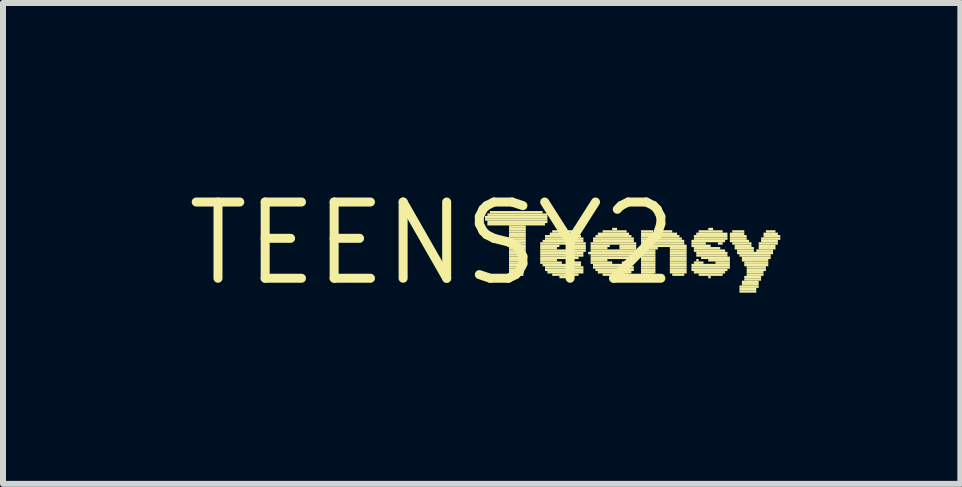
<source format=kicad_pcb>
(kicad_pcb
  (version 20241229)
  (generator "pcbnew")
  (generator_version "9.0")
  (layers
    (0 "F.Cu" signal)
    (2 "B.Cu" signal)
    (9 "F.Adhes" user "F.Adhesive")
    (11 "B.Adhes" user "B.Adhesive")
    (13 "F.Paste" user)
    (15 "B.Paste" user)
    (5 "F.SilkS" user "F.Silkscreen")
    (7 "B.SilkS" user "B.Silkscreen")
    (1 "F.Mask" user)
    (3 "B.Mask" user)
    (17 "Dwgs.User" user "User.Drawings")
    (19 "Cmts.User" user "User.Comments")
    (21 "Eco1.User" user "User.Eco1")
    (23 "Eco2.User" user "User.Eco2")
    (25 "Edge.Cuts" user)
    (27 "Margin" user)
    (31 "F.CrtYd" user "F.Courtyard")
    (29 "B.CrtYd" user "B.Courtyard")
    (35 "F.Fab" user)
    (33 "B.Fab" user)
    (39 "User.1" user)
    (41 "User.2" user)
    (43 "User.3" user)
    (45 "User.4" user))
  (footprint "TEENSY2"
    (layer "F.Cu")
    (at 4.15 1.006)
    (property "Reference" "TEENSY2" (at 0 0 0) (unlocked yes) (layer "F.SilkS") (effects (font (size 1.27 1.27) (thickness 0.15))))
    (fp_poly (pts (xy 0.88 -0.42) (xy 1.92 -0.42) (xy 1.92 -0.46) (xy 0.88 -0.46)) (stroke (width 0) (type default)) (fill yes) (layer "F.SilkS"))
    (fp_poly (pts (xy 0.88 -0.38) (xy 1.92 -0.38) (xy 1.92 -0.42) (xy 0.88 -0.42)) (stroke (width 0) (type default)) (fill yes) (layer "F.SilkS"))
    (fp_poly (pts (xy 0.92 -0.46) (xy 1.92 -0.46) (xy 1.92 -0.5) (xy 0.92 -0.5)) (stroke (width 0) (type default)) (fill yes) (layer "F.SilkS"))
    (fp_poly (pts (xy 0.92 -0.34) (xy 1.92 -0.34) (xy 1.92 -0.38) (xy 0.92 -0.38)) (stroke (width 0) (type default)) (fill yes) (layer "F.SilkS"))
    (fp_poly (pts (xy 0.92 -0.3) (xy 1.88 -0.3) (xy 1.88 -0.34) (xy 0.92 -0.34)) (stroke (width 0) (type default)) (fill yes) (layer "F.SilkS"))
    (fp_poly (pts (xy 0.96 -0.5) (xy 1.84 -0.5) (xy 1.84 -0.54) (xy 0.96 -0.54)) (stroke (width 0) (type default)) (fill yes) (layer "F.SilkS"))
    (fp_poly (pts (xy 1.28 -0.26) (xy 1.56 -0.26) (xy 1.56 -0.3) (xy 1.28 -0.3)) (stroke (width 0) (type default)) (fill yes) (layer "F.SilkS"))
    (fp_poly (pts (xy 1.28 -0.22) (xy 1.56 -0.22) (xy 1.56 -0.26) (xy 1.28 -0.26)) (stroke (width 0) (type default)) (fill yes) (layer "F.SilkS"))
    (fp_poly (pts (xy 1.28 -0.18) (xy 1.56 -0.18) (xy 1.56 -0.22) (xy 1.28 -0.22)) (stroke (width 0) (type default)) (fill yes) (layer "F.SilkS"))
    (fp_poly (pts (xy 1.28 -0.14) (xy 1.56 -0.14) (xy 1.56 -0.18) (xy 1.28 -0.18)) (stroke (width 0) (type default)) (fill yes) (layer "F.SilkS"))
    (fp_poly (pts (xy 1.28 -0.1) (xy 1.56 -0.1) (xy 1.56 -0.14) (xy 1.28 -0.14)) (stroke (width 0) (type default)) (fill yes) (layer "F.SilkS"))
    (fp_poly (pts (xy 1.28 -0.06) (xy 1.56 -0.06) (xy 1.56 -0.1) (xy 1.28 -0.1)) (stroke (width 0) (type default)) (fill yes) (layer "F.SilkS"))
    (fp_poly (pts (xy 1.28 -0.02) (xy 1.56 -0.02) (xy 1.56 -0.06) (xy 1.28 -0.06)) (stroke (width 0) (type default)) (fill yes) (layer "F.SilkS"))
    (fp_poly (pts (xy 1.28 0.02) (xy 1.56 0.02) (xy 1.56 -0.02) (xy 1.28 -0.02)) (stroke (width 0) (type default)) (fill yes) (layer "F.SilkS"))
    (fp_poly (pts (xy 1.28 0.06) (xy 1.56 0.06) (xy 1.56 0.02) (xy 1.28 0.02)) (stroke (width 0) (type default)) (fill yes) (layer "F.SilkS"))
    (fp_poly (pts (xy 1.28 0.1) (xy 1.56 0.1) (xy 1.56 0.06) (xy 1.28 0.06)) (stroke (width 0) (type default)) (fill yes) (layer "F.SilkS"))
    (fp_poly (pts (xy 1.28 0.14) (xy 1.56 0.14) (xy 1.56 0.1) (xy 1.28 0.1)) (stroke (width 0) (type default)) (fill yes) (layer "F.SilkS"))
    (fp_poly (pts (xy 1.28 0.18) (xy 1.56 0.18) (xy 1.56 0.14) (xy 1.28 0.14)) (stroke (width 0) (type default)) (fill yes) (layer "F.SilkS"))
    (fp_poly (pts (xy 1.28 0.22) (xy 1.56 0.22) (xy 1.56 0.18) (xy 1.28 0.18)) (stroke (width 0) (type default)) (fill yes) (layer "F.SilkS"))
    (fp_poly (pts (xy 1.28 0.26) (xy 1.56 0.26) (xy 1.56 0.22) (xy 1.28 0.22)) (stroke (width 0) (type default)) (fill yes) (layer "F.SilkS"))
    (fp_poly (pts (xy 1.28 0.3) (xy 1.56 0.3) (xy 1.56 0.26) (xy 1.28 0.26)) (stroke (width 0) (type default)) (fill yes) (layer "F.SilkS"))
    (fp_poly (pts (xy 1.28 0.34) (xy 1.56 0.34) (xy 1.56 0.3) (xy 1.28 0.3)) (stroke (width 0) (type default)) (fill yes) (layer "F.SilkS"))
    (fp_poly (pts (xy 1.28 0.38) (xy 1.56 0.38) (xy 1.56 0.34) (xy 1.28 0.34)) (stroke (width 0) (type default)) (fill yes) (layer "F.SilkS"))
    (fp_poly (pts (xy 1.28 0.42) (xy 1.56 0.42) (xy 1.56 0.38) (xy 1.28 0.38)) (stroke (width 0) (type default)) (fill yes) (layer "F.SilkS"))
    (fp_poly (pts (xy 1.28 0.46) (xy 1.52 0.46) (xy 1.52 0.42) (xy 1.28 0.42)) (stroke (width 0) (type default)) (fill yes) (layer "F.SilkS"))
    (fp_poly (pts (xy 1.28 0.5) (xy 1.52 0.5) (xy 1.52 0.46) (xy 1.28 0.46)) (stroke (width 0) (type default)) (fill yes) (layer "F.SilkS"))
    (fp_poly (pts (xy 1.32 0.54) (xy 1.52 0.54) (xy 1.52 0.5) (xy 1.32 0.5)) (stroke (width 0) (type default)) (fill yes) (layer "F.SilkS"))
    (fp_poly (pts (xy 1.8 0.02) (xy 2.56 0.02) (xy 2.56 -0.02) (xy 1.8 -0.02)) (stroke (width 0) (type default)) (fill yes) (layer "F.SilkS"))
    (fp_poly (pts (xy 1.8 0.06) (xy 2.12 0.06) (xy 2.12 0.02) (xy 1.8 0.02)) (stroke (width 0) (type default)) (fill yes) (layer "F.SilkS"))
    (fp_poly (pts (xy 1.8 0.1) (xy 2.08 0.1) (xy 2.08 0.06) (xy 1.8 0.06)) (stroke (width 0) (type default)) (fill yes) (layer "F.SilkS"))
    (fp_poly (pts (xy 1.8 0.14) (xy 2.56 0.14) (xy 2.56 0.1) (xy 1.8 0.1)) (stroke (width 0) (type default)) (fill yes) (layer "F.SilkS"))
    (fp_poly (pts (xy 1.8 0.18) (xy 2.52 0.18) (xy 2.52 0.14) (xy 1.8 0.14)) (stroke (width 0) (type default)) (fill yes) (layer "F.SilkS"))
    (fp_poly (pts (xy 1.8 0.22) (xy 2.52 0.22) (xy 2.52 0.18) (xy 1.8 0.18)) (stroke (width 0) (type default)) (fill yes) (layer "F.SilkS"))
    (fp_poly (pts (xy 1.8 0.26) (xy 2.44 0.26) (xy 2.44 0.22) (xy 1.8 0.22)) (stroke (width 0) (type default)) (fill yes) (layer "F.SilkS"))
    (fp_poly (pts (xy 1.8 0.3) (xy 2.08 0.3) (xy 2.08 0.26) (xy 1.8 0.26)) (stroke (width 0) (type default)) (fill yes) (layer "F.SilkS"))
    (fp_poly (pts (xy 1.8 0.34) (xy 2.16 0.34) (xy 2.16 0.3) (xy 1.8 0.3)) (stroke (width 0) (type default)) (fill yes) (layer "F.SilkS"))
    (fp_poly (pts (xy 1.84 -0.02) (xy 2.52 -0.02) (xy 2.52 -0.06) (xy 1.84 -0.06)) (stroke (width 0) (type default)) (fill yes) (layer "F.SilkS"))
    (fp_poly (pts (xy 1.84 0.38) (xy 2.48 0.38) (xy 2.48 0.34) (xy 1.84 0.34)) (stroke (width 0) (type default)) (fill yes) (layer "F.SilkS"))
    (fp_poly (pts (xy 1.88 -0.1) (xy 2.48 -0.1) (xy 2.48 -0.14) (xy 1.88 -0.14)) (stroke (width 0) (type default)) (fill yes) (layer "F.SilkS"))
    (fp_poly (pts (xy 1.88 -0.06) (xy 2.52 -0.06) (xy 2.52 -0.1) (xy 1.88 -0.1)) (stroke (width 0) (type default)) (fill yes) (layer "F.SilkS"))
    (fp_poly (pts (xy 1.88 0.42) (xy 2.52 0.42) (xy 2.52 0.38) (xy 1.88 0.38)) (stroke (width 0) (type default)) (fill yes) (layer "F.SilkS"))
    (fp_poly (pts (xy 1.88 0.46) (xy 2.52 0.46) (xy 2.52 0.42) (xy 1.88 0.42)) (stroke (width 0) (type default)) (fill yes) (layer "F.SilkS"))
    (fp_poly (pts (xy 1.92 0.5) (xy 2.52 0.5) (xy 2.52 0.46) (xy 1.92 0.46)) (stroke (width 0) (type default)) (fill yes) (layer "F.SilkS"))
    (fp_poly (pts (xy 1.96 -0.14) (xy 2.44 -0.14) (xy 2.44 -0.18) (xy 1.96 -0.18)) (stroke (width 0) (type default)) (fill yes) (layer "F.SilkS"))
    (fp_poly (pts (xy 2 -0.18) (xy 2.4 -0.18) (xy 2.4 -0.22) (xy 2 -0.22)) (stroke (width 0) (type default)) (fill yes) (layer "F.SilkS"))
    (fp_poly (pts (xy 2 0.54) (xy 2.44 0.54) (xy 2.44 0.5) (xy 2 0.5)) (stroke (width 0) (type default)) (fill yes) (layer "F.SilkS"))
    (fp_poly (pts (xy 2.12 0.58) (xy 2.32 0.58) (xy 2.32 0.54) (xy 2.12 0.54)) (stroke (width 0) (type default)) (fill yes) (layer "F.SilkS"))
    (fp_poly (pts (xy 2.16 -0.22) (xy 2.24 -0.22) (xy 2.24 -0.26) (xy 2.16 -0.26)) (stroke (width 0) (type default)) (fill yes) (layer "F.SilkS"))
    (fp_poly (pts (xy 2.28 0.06) (xy 2.56 0.06) (xy 2.56 0.02) (xy 2.28 0.02)) (stroke (width 0) (type default)) (fill yes) (layer "F.SilkS"))
    (fp_poly (pts (xy 2.28 0.1) (xy 2.56 0.1) (xy 2.56 0.06) (xy 2.28 0.06)) (stroke (width 0) (type default)) (fill yes) (layer "F.SilkS"))
    (fp_poly (pts (xy 2.32 0.34) (xy 2.48 0.34) (xy 2.48 0.3) (xy 2.32 0.3)) (stroke (width 0) (type default)) (fill yes) (layer "F.SilkS"))
    (fp_poly (pts (xy 2.6 0.18) (xy 3.36 0.18) (xy 3.36 0.14) (xy 2.6 0.14)) (stroke (width 0) (type default)) (fill yes) (layer "F.SilkS"))
    (fp_poly (pts (xy 2.64 0.02) (xy 3.4 0.02) (xy 3.4 -0.02) (xy 2.64 -0.02)) (stroke (width 0) (type default)) (fill yes) (layer "F.SilkS"))
    (fp_poly (pts (xy 2.64 0.06) (xy 2.96 0.06) (xy 2.96 0.02) (xy 2.64 0.02)) (stroke (width 0) (type default)) (fill yes) (layer "F.SilkS"))
    (fp_poly (pts (xy 2.64 0.1) (xy 2.92 0.1) (xy 2.92 0.06) (xy 2.64 0.06)) (stroke (width 0) (type default)) (fill yes) (layer "F.SilkS"))
    (fp_poly (pts (xy 2.64 0.14) (xy 3.4 0.14) (xy 3.4 0.1) (xy 2.64 0.1)) (stroke (width 0) (type default)) (fill yes) (layer "F.SilkS"))
    (fp_poly (pts (xy 2.64 0.22) (xy 3.36 0.22) (xy 3.36 0.18) (xy 2.64 0.18)) (stroke (width 0) (type default)) (fill yes) (layer "F.SilkS"))
    (fp_poly (pts (xy 2.64 0.26) (xy 3.28 0.26) (xy 3.28 0.22) (xy 2.64 0.22)) (stroke (width 0) (type default)) (fill yes) (layer "F.SilkS"))
    (fp_poly (pts (xy 2.64 0.3) (xy 2.92 0.3) (xy 2.92 0.26) (xy 2.64 0.26)) (stroke (width 0) (type default)) (fill yes) (layer "F.SilkS"))
    (fp_poly (pts (xy 2.64 0.34) (xy 3 0.34) (xy 3 0.3) (xy 2.64 0.3)) (stroke (width 0) (type default)) (fill yes) (layer "F.SilkS"))
    (fp_poly (pts (xy 2.68 -0.06) (xy 3.36 -0.06) (xy 3.36 -0.1) (xy 2.68 -0.1)) (stroke (width 0) (type default)) (fill yes) (layer "F.SilkS"))
    (fp_poly (pts (xy 2.68 -0.02) (xy 3.36 -0.02) (xy 3.36 -0.06) (xy 2.68 -0.06)) (stroke (width 0) (type default)) (fill yes) (layer "F.SilkS"))
    (fp_poly (pts (xy 2.68 0.38) (xy 3.32 0.38) (xy 3.32 0.34) (xy 2.68 0.34)) (stroke (width 0) (type default)) (fill yes) (layer "F.SilkS"))
    (fp_poly (pts (xy 2.68 0.42) (xy 3.36 0.42) (xy 3.36 0.38) (xy 2.68 0.38)) (stroke (width 0) (type default)) (fill yes) (layer "F.SilkS"))
    (fp_poly (pts (xy 2.72 -0.1) (xy 3.32 -0.1) (xy 3.32 -0.14) (xy 2.72 -0.14)) (stroke (width 0) (type default)) (fill yes) (layer "F.SilkS"))
    (fp_poly (pts (xy 2.72 0.46) (xy 3.36 0.46) (xy 3.36 0.42) (xy 2.72 0.42)) (stroke (width 0) (type default)) (fill yes) (layer "F.SilkS"))
    (fp_poly (pts (xy 2.76 -0.14) (xy 3.28 -0.14) (xy 3.28 -0.18) (xy 2.76 -0.18)) (stroke (width 0) (type default)) (fill yes) (layer "F.SilkS"))
    (fp_poly (pts (xy 2.76 0.5) (xy 3.32 0.5) (xy 3.32 0.46) (xy 2.76 0.46)) (stroke (width 0) (type default)) (fill yes) (layer "F.SilkS"))
    (fp_poly (pts (xy 2.84 -0.18) (xy 3.24 -0.18) (xy 3.24 -0.22) (xy 2.84 -0.22)) (stroke (width 0) (type default)) (fill yes) (layer "F.SilkS"))
    (fp_poly (pts (xy 2.84 0.54) (xy 3.28 0.54) (xy 3.28 0.5) (xy 2.84 0.5)) (stroke (width 0) (type default)) (fill yes) (layer "F.SilkS"))
    (fp_poly (pts (xy 2.96 0.58) (xy 3.16 0.58) (xy 3.16 0.54) (xy 2.96 0.54)) (stroke (width 0) (type default)) (fill yes) (layer "F.SilkS"))
    (fp_poly (pts (xy 3 -0.22) (xy 3.08 -0.22) (xy 3.08 -0.26) (xy 3 -0.26)) (stroke (width 0) (type default)) (fill yes) (layer "F.SilkS"))
    (fp_poly (pts (xy 3.12 0.06) (xy 3.4 0.06) (xy 3.4 0.02) (xy 3.12 0.02)) (stroke (width 0) (type default)) (fill yes) (layer "F.SilkS"))
    (fp_poly (pts (xy 3.12 0.1) (xy 3.4 0.1) (xy 3.4 0.06) (xy 3.12 0.06)) (stroke (width 0) (type default)) (fill yes) (layer "F.SilkS"))
    (fp_poly (pts (xy 3.16 0.34) (xy 3.32 0.34) (xy 3.32 0.3) (xy 3.16 0.3)) (stroke (width 0) (type default)) (fill yes) (layer "F.SilkS"))
    (fp_poly (pts (xy 3.48 -0.18) (xy 3.68 -0.18) (xy 3.68 -0.22) (xy 3.48 -0.22)) (stroke (width 0) (type default)) (fill yes) (layer "F.SilkS"))
    (fp_poly (pts (xy 3.48 -0.14) (xy 4.08 -0.14) (xy 4.08 -0.18) (xy 3.48 -0.18)) (stroke (width 0) (type default)) (fill yes) (layer "F.SilkS"))
    (fp_poly (pts (xy 3.48 -0.1) (xy 4.12 -0.1) (xy 4.12 -0.14) (xy 3.48 -0.14)) (stroke (width 0) (type default)) (fill yes) (layer "F.SilkS"))
    (fp_poly (pts (xy 3.48 -0.06) (xy 4.16 -0.06) (xy 4.16 -0.1) (xy 3.48 -0.1)) (stroke (width 0) (type default)) (fill yes) (layer "F.SilkS"))
    (fp_poly (pts (xy 3.48 -0.02) (xy 4.2 -0.02) (xy 4.2 -0.06) (xy 3.48 -0.06)) (stroke (width 0) (type default)) (fill yes) (layer "F.SilkS"))
    (fp_poly (pts (xy 3.48 0.02) (xy 4.2 0.02) (xy 4.2 -0.02) (xy 3.48 -0.02)) (stroke (width 0) (type default)) (fill yes) (layer "F.SilkS"))
    (fp_poly (pts (xy 3.48 0.06) (xy 4.24 0.06) (xy 4.24 0.02) (xy 3.48 0.02)) (stroke (width 0) (type default)) (fill yes) (layer "F.SilkS"))
    (fp_poly (pts (xy 3.48 0.1) (xy 3.76 0.1) (xy 3.76 0.06) (xy 3.48 0.06)) (stroke (width 0) (type default)) (fill yes) (layer "F.SilkS"))
    (fp_poly (pts (xy 3.48 0.14) (xy 3.72 0.14) (xy 3.72 0.1) (xy 3.48 0.1)) (stroke (width 0) (type default)) (fill yes) (layer "F.SilkS"))
    (fp_poly (pts (xy 3.48 0.18) (xy 3.72 0.18) (xy 3.72 0.14) (xy 3.48 0.14)) (stroke (width 0) (type default)) (fill yes) (layer "F.SilkS"))
    (fp_poly (pts (xy 3.48 0.22) (xy 3.72 0.22) (xy 3.72 0.18) (xy 3.48 0.18)) (stroke (width 0) (type default)) (fill yes) (layer "F.SilkS"))
    (fp_poly (pts (xy 3.48 0.26) (xy 3.72 0.26) (xy 3.72 0.22) (xy 3.48 0.22)) (stroke (width 0) (type default)) (fill yes) (layer "F.SilkS"))
    (fp_poly (pts (xy 3.48 0.3) (xy 3.72 0.3) (xy 3.72 0.26) (xy 3.48 0.26)) (stroke (width 0) (type default)) (fill yes) (layer "F.SilkS"))
    (fp_poly (pts (xy 3.48 0.34) (xy 3.72 0.34) (xy 3.72 0.3) (xy 3.48 0.3)) (stroke (width 0) (type default)) (fill yes) (layer "F.SilkS"))
    (fp_poly (pts (xy 3.48 0.38) (xy 3.72 0.38) (xy 3.72 0.34) (xy 3.48 0.34)) (stroke (width 0) (type default)) (fill yes) (layer "F.SilkS"))
    (fp_poly (pts (xy 3.48 0.42) (xy 3.72 0.42) (xy 3.72 0.38) (xy 3.48 0.38)) (stroke (width 0) (type default)) (fill yes) (layer "F.SilkS"))
    (fp_poly (pts (xy 3.48 0.46) (xy 3.72 0.46) (xy 3.72 0.42) (xy 3.48 0.42)) (stroke (width 0) (type default)) (fill yes) (layer "F.SilkS"))
    (fp_poly (pts (xy 3.48 0.5) (xy 3.72 0.5) (xy 3.72 0.46) (xy 3.48 0.46)) (stroke (width 0) (type default)) (fill yes) (layer "F.SilkS"))
    (fp_poly (pts (xy 3.48 0.54) (xy 3.68 0.54) (xy 3.68 0.5) (xy 3.48 0.5)) (stroke (width 0) (type default)) (fill yes) (layer "F.SilkS"))
    (fp_poly (pts (xy 3.8 -0.18) (xy 4 -0.18) (xy 4 -0.22) (xy 3.8 -0.22)) (stroke (width 0) (type default)) (fill yes) (layer "F.SilkS"))
    (fp_poly (pts (xy 3.96 0.1) (xy 4.24 0.1) (xy 4.24 0.06) (xy 3.96 0.06)) (stroke (width 0) (type default)) (fill yes) (layer "F.SilkS"))
    (fp_poly (pts (xy 3.96 0.14) (xy 4.24 0.14) (xy 4.24 0.1) (xy 3.96 0.1)) (stroke (width 0) (type default)) (fill yes) (layer "F.SilkS"))
    (fp_poly (pts (xy 3.96 0.18) (xy 4.24 0.18) (xy 4.24 0.14) (xy 3.96 0.14)) (stroke (width 0) (type default)) (fill yes) (layer "F.SilkS"))
    (fp_poly (pts (xy 3.96 0.22) (xy 4.24 0.22) (xy 4.24 0.18) (xy 3.96 0.18)) (stroke (width 0) (type default)) (fill yes) (layer "F.SilkS"))
    (fp_poly (pts (xy 3.96 0.26) (xy 4.24 0.26) (xy 4.24 0.22) (xy 3.96 0.22)) (stroke (width 0) (type default)) (fill yes) (layer "F.SilkS"))
    (fp_poly (pts (xy 3.96 0.3) (xy 4.24 0.3) (xy 4.24 0.26) (xy 3.96 0.26)) (stroke (width 0) (type default)) (fill yes) (layer "F.SilkS"))
    (fp_poly (pts (xy 3.96 0.34) (xy 4.24 0.34) (xy 4.24 0.3) (xy 3.96 0.3)) (stroke (width 0) (type default)) (fill yes) (layer "F.SilkS"))
    (fp_poly (pts (xy 3.96 0.38) (xy 4.24 0.38) (xy 4.24 0.34) (xy 3.96 0.34)) (stroke (width 0) (type default)) (fill yes) (layer "F.SilkS"))
    (fp_poly (pts (xy 3.96 0.42) (xy 4.24 0.42) (xy 4.24 0.38) (xy 3.96 0.38)) (stroke (width 0) (type default)) (fill yes) (layer "F.SilkS"))
    (fp_poly (pts (xy 3.96 0.46) (xy 4.24 0.46) (xy 4.24 0.42) (xy 3.96 0.42)) (stroke (width 0) (type default)) (fill yes) (layer "F.SilkS"))
    (fp_poly (pts (xy 3.96 0.5) (xy 4.24 0.5) (xy 4.24 0.46) (xy 3.96 0.46)) (stroke (width 0) (type default)) (fill yes) (layer "F.SilkS"))
    (fp_poly (pts (xy 4 0.54) (xy 4.2 0.54) (xy 4.2 0.5) (xy 4 0.5)) (stroke (width 0) (type default)) (fill yes) (layer "F.SilkS"))
    (fp_poly (pts (xy 4.32 -0.02) (xy 4.88 -0.02) (xy 4.88 -0.06) (xy 4.32 -0.06)) (stroke (width 0) (type default)) (fill yes) (layer "F.SilkS"))
    (fp_poly (pts (xy 4.32 0.02) (xy 4.56 0.02) (xy 4.56 -0.02) (xy 4.32 -0.02)) (stroke (width 0) (type default)) (fill yes) (layer "F.SilkS"))
    (fp_poly (pts (xy 4.32 0.06) (xy 4.64 0.06) (xy 4.64 0.02) (xy 4.32 0.02)) (stroke (width 0) (type default)) (fill yes) (layer "F.SilkS"))
    (fp_poly (pts (xy 4.32 0.38) (xy 4.96 0.38) (xy 4.96 0.34) (xy 4.32 0.34)) (stroke (width 0) (type default)) (fill yes) (layer "F.SilkS"))
    (fp_poly (pts (xy 4.32 0.42) (xy 4.96 0.42) (xy 4.96 0.38) (xy 4.32 0.38)) (stroke (width 0) (type default)) (fill yes) (layer "F.SilkS"))
    (fp_poly (pts (xy 4.32 0.46) (xy 4.92 0.46) (xy 4.92 0.42) (xy 4.32 0.42)) (stroke (width 0) (type default)) (fill yes) (layer "F.SilkS"))
    (fp_poly (pts (xy 4.36 -0.1) (xy 4.92 -0.1) (xy 4.92 -0.14) (xy 4.36 -0.14)) (stroke (width 0) (type default)) (fill yes) (layer "F.SilkS"))
    (fp_poly (pts (xy 4.36 -0.06) (xy 4.92 -0.06) (xy 4.92 -0.1) (xy 4.36 -0.1)) (stroke (width 0) (type default)) (fill yes) (layer "F.SilkS"))
    (fp_poly (pts (xy 4.36 0.1) (xy 4.8 0.1) (xy 4.8 0.06) (xy 4.36 0.06)) (stroke (width 0) (type default)) (fill yes) (layer "F.SilkS"))
    (fp_poly (pts (xy 4.36 0.14) (xy 4.88 0.14) (xy 4.88 0.1) (xy 4.36 0.1)) (stroke (width 0) (type default)) (fill yes) (layer "F.SilkS"))
    (fp_poly (pts (xy 4.36 0.34) (xy 4.52 0.34) (xy 4.52 0.3) (xy 4.36 0.3)) (stroke (width 0) (type default)) (fill yes) (layer "F.SilkS"))
    (fp_poly (pts (xy 4.36 0.5) (xy 4.88 0.5) (xy 4.88 0.46) (xy 4.36 0.46)) (stroke (width 0) (type default)) (fill yes) (layer "F.SilkS"))
    (fp_poly (pts (xy 4.4 -0.14) (xy 4.92 -0.14) (xy 4.92 -0.18) (xy 4.4 -0.18)) (stroke (width 0) (type default)) (fill yes) (layer "F.SilkS"))
    (fp_poly (pts (xy 4.4 0.18) (xy 4.92 0.18) (xy 4.92 0.14) (xy 4.4 0.14)) (stroke (width 0) (type default)) (fill yes) (layer "F.SilkS"))
    (fp_poly (pts (xy 4.4 0.22) (xy 4.92 0.22) (xy 4.92 0.18) (xy 4.4 0.18)) (stroke (width 0) (type default)) (fill yes) (layer "F.SilkS"))
    (fp_poly (pts (xy 4.4 0.3) (xy 4.44 0.3) (xy 4.44 0.26) (xy 4.4 0.26)) (stroke (width 0) (type default)) (fill yes) (layer "F.SilkS"))
    (fp_poly (pts (xy 4.44 -0.18) (xy 4.84 -0.18) (xy 4.84 -0.22) (xy 4.44 -0.22)) (stroke (width 0) (type default)) (fill yes) (layer "F.SilkS"))
    (fp_poly (pts (xy 4.44 0.54) (xy 4.84 0.54) (xy 4.84 0.5) (xy 4.44 0.5)) (stroke (width 0) (type default)) (fill yes) (layer "F.SilkS"))
    (fp_poly (pts (xy 4.48 0.26) (xy 4.96 0.26) (xy 4.96 0.22) (xy 4.48 0.22)) (stroke (width 0) (type default)) (fill yes) (layer "F.SilkS"))
    (fp_poly (pts (xy 4.6 -0.22) (xy 4.68 -0.22) (xy 4.68 -0.26) (xy 4.6 -0.26)) (stroke (width 0) (type default)) (fill yes) (layer "F.SilkS"))
    (fp_poly (pts (xy 4.6 0.3) (xy 4.96 0.3) (xy 4.96 0.26) (xy 4.6 0.26)) (stroke (width 0) (type default)) (fill yes) (layer "F.SilkS"))
    (fp_poly (pts (xy 4.6 0.58) (xy 4.64 0.58) (xy 4.64 0.54) (xy 4.6 0.54)) (stroke (width 0) (type default)) (fill yes) (layer "F.SilkS"))
    (fp_poly (pts (xy 4.72 0.34) (xy 4.96 0.34) (xy 4.96 0.3) (xy 4.72 0.3)) (stroke (width 0) (type default)) (fill yes) (layer "F.SilkS"))
    (fp_poly (pts (xy 4.76 0.02) (xy 4.84 0.02) (xy 4.84 -0.02) (xy 4.76 -0.02)) (stroke (width 0) (type default)) (fill yes) (layer "F.SilkS"))
    (fp_poly (pts (xy 4.96 -0.14) (xy 5.2 -0.14) (xy 5.2 -0.18) (xy 4.96 -0.18)) (stroke (width 0) (type default)) (fill yes) (layer "F.SilkS"))
    (fp_poly (pts (xy 4.96 -0.1) (xy 5.24 -0.1) (xy 5.24 -0.14) (xy 4.96 -0.14)) (stroke (width 0) (type default)) (fill yes) (layer "F.SilkS"))
    (fp_poly (pts (xy 4.96 -0.06) (xy 5.24 -0.06) (xy 5.24 -0.1) (xy 4.96 -0.1)) (stroke (width 0) (type default)) (fill yes) (layer "F.SilkS"))
    (fp_poly (pts (xy 4.96 -0.02) (xy 5.28 -0.02) (xy 5.28 -0.06) (xy 4.96 -0.06)) (stroke (width 0) (type default)) (fill yes) (layer "F.SilkS"))
    (fp_poly (pts (xy 5 -0.18) (xy 5.2 -0.18) (xy 5.2 -0.22) (xy 5 -0.22)) (stroke (width 0) (type default)) (fill yes) (layer "F.SilkS"))
    (fp_poly (pts (xy 5 0.02) (xy 5.32 0.02) (xy 5.32 -0.02) (xy 5 -0.02)) (stroke (width 0) (type default)) (fill yes) (layer "F.SilkS"))
    (fp_poly (pts (xy 5.04 0.06) (xy 5.32 0.06) (xy 5.32 0.02) (xy 5.04 0.02)) (stroke (width 0) (type default)) (fill yes) (layer "F.SilkS"))
    (fp_poly (pts (xy 5.04 0.1) (xy 5.36 0.1) (xy 5.36 0.06) (xy 5.04 0.06)) (stroke (width 0) (type default)) (fill yes) (layer "F.SilkS"))
    (fp_poly (pts (xy 5.08 0.14) (xy 5.36 0.14) (xy 5.36 0.1) (xy 5.08 0.1)) (stroke (width 0) (type default)) (fill yes) (layer "F.SilkS"))
    (fp_poly (pts (xy 5.08 0.18) (xy 5.68 0.18) (xy 5.68 0.14) (xy 5.08 0.14)) (stroke (width 0) (type default)) (fill yes) (layer "F.SilkS"))
    (fp_poly (pts (xy 5.12 0.22) (xy 5.64 0.22) (xy 5.64 0.18) (xy 5.12 0.18)) (stroke (width 0) (type default)) (fill yes) (layer "F.SilkS"))
    (fp_poly (pts (xy 5.12 0.74) (xy 5.44 0.74) (xy 5.44 0.7) (xy 5.12 0.7)) (stroke (width 0) (type default)) (fill yes) (layer "F.SilkS"))
    (fp_poly (pts (xy 5.12 0.78) (xy 5.4 0.78) (xy 5.4 0.74) (xy 5.12 0.74)) (stroke (width 0) (type default)) (fill yes) (layer "F.SilkS"))
    (fp_poly (pts (xy 5.12 0.82) (xy 5.4 0.82) (xy 5.4 0.78) (xy 5.12 0.78)) (stroke (width 0) (type default)) (fill yes) (layer "F.SilkS"))
    (fp_poly (pts (xy 5.16 0.26) (xy 5.64 0.26) (xy 5.64 0.22) (xy 5.16 0.22)) (stroke (width 0) (type default)) (fill yes) (layer "F.SilkS"))
    (fp_poly (pts (xy 5.16 0.3) (xy 5.6 0.3) (xy 5.6 0.26) (xy 5.16 0.26)) (stroke (width 0) (type default)) (fill yes) (layer "F.SilkS"))
    (fp_poly (pts (xy 5.16 0.66) (xy 5.44 0.66) (xy 5.44 0.62) (xy 5.16 0.62)) (stroke (width 0) (type default)) (fill yes) (layer "F.SilkS"))
    (fp_poly (pts (xy 5.16 0.7) (xy 5.44 0.7) (xy 5.44 0.66) (xy 5.16 0.66)) (stroke (width 0) (type default)) (fill yes) (layer "F.SilkS"))
    (fp_poly (pts (xy 5.2 0.34) (xy 5.6 0.34) (xy 5.6 0.3) (xy 5.2 0.3)) (stroke (width 0) (type default)) (fill yes) (layer "F.SilkS"))
    (fp_poly (pts (xy 5.2 0.38) (xy 5.6 0.38) (xy 5.6 0.34) (xy 5.2 0.34)) (stroke (width 0) (type default)) (fill yes) (layer "F.SilkS"))
    (fp_poly (pts (xy 5.2 0.58) (xy 5.48 0.58) (xy 5.48 0.54) (xy 5.2 0.54)) (stroke (width 0) (type default)) (fill yes) (layer "F.SilkS"))
    (fp_poly (pts (xy 5.2 0.62) (xy 5.48 0.62) (xy 5.48 0.58) (xy 5.2 0.58)) (stroke (width 0) (type default)) (fill yes) (layer "F.SilkS"))
    (fp_poly (pts (xy 5.24 0.42) (xy 5.56 0.42) (xy 5.56 0.38) (xy 5.24 0.38)) (stroke (width 0) (type default)) (fill yes) (layer "F.SilkS"))
    (fp_poly (pts (xy 5.24 0.46) (xy 5.56 0.46) (xy 5.56 0.42) (xy 5.24 0.42)) (stroke (width 0) (type default)) (fill yes) (layer "F.SilkS"))
    (fp_poly (pts (xy 5.24 0.5) (xy 5.52 0.5) (xy 5.52 0.46) (xy 5.24 0.46)) (stroke (width 0) (type default)) (fill yes) (layer "F.SilkS"))
    (fp_poly (pts (xy 5.24 0.54) (xy 5.52 0.54) (xy 5.52 0.5) (xy 5.24 0.5)) (stroke (width 0) (type default)) (fill yes) (layer "F.SilkS"))
    (fp_poly (pts (xy 5.4 0.14) (xy 5.68 0.14) (xy 5.68 0.1) (xy 5.4 0.1)) (stroke (width 0) (type default)) (fill yes) (layer "F.SilkS"))
    (fp_poly (pts (xy 5.44 0.02) (xy 5.76 0.02) (xy 5.76 -0.02) (xy 5.44 -0.02)) (stroke (width 0) (type default)) (fill yes) (layer "F.SilkS"))
    (fp_poly (pts (xy 5.44 0.06) (xy 5.72 0.06) (xy 5.72 0.02) (xy 5.44 0.02)) (stroke (width 0) (type default)) (fill yes) (layer "F.SilkS"))
    (fp_poly (pts (xy 5.44 0.1) (xy 5.72 0.1) (xy 5.72 0.06) (xy 5.44 0.06)) (stroke (width 0) (type default)) (fill yes) (layer "F.SilkS"))
    (fp_poly (pts (xy 5.48 -0.06) (xy 5.8 -0.06) (xy 5.8 -0.1) (xy 5.48 -0.1)) (stroke (width 0) (type default)) (fill yes) (layer "F.SilkS"))
    (fp_poly (pts (xy 5.48 -0.02) (xy 5.76 -0.02) (xy 5.76 -0.06) (xy 5.48 -0.06)) (stroke (width 0) (type default)) (fill yes) (layer "F.SilkS"))
    (fp_poly (pts (xy 5.52 -0.14) (xy 5.76 -0.14) (xy 5.76 -0.18) (xy 5.52 -0.18)) (stroke (width 0) (type default)) (fill yes) (layer "F.SilkS"))
    (fp_poly (pts (xy 5.52 -0.1) (xy 5.8 -0.1) (xy 5.8 -0.14) (xy 5.52 -0.14)) (stroke (width 0) (type default)) (fill yes) (layer "F.SilkS"))
    (fp_poly (pts (xy 5.56 -0.18) (xy 5.72 -0.18) (xy 5.72 -0.22) (xy 5.56 -0.22)) (stroke (width 0) (type default)) (fill yes) (layer "F.SilkS")))
  (gr_rect
    (start -3 -3)
    (end 12.95 5.012)
    (stroke (width 0.1) (type default))
    (fill no)
    (layer "Edge.Cuts")))
</source>
